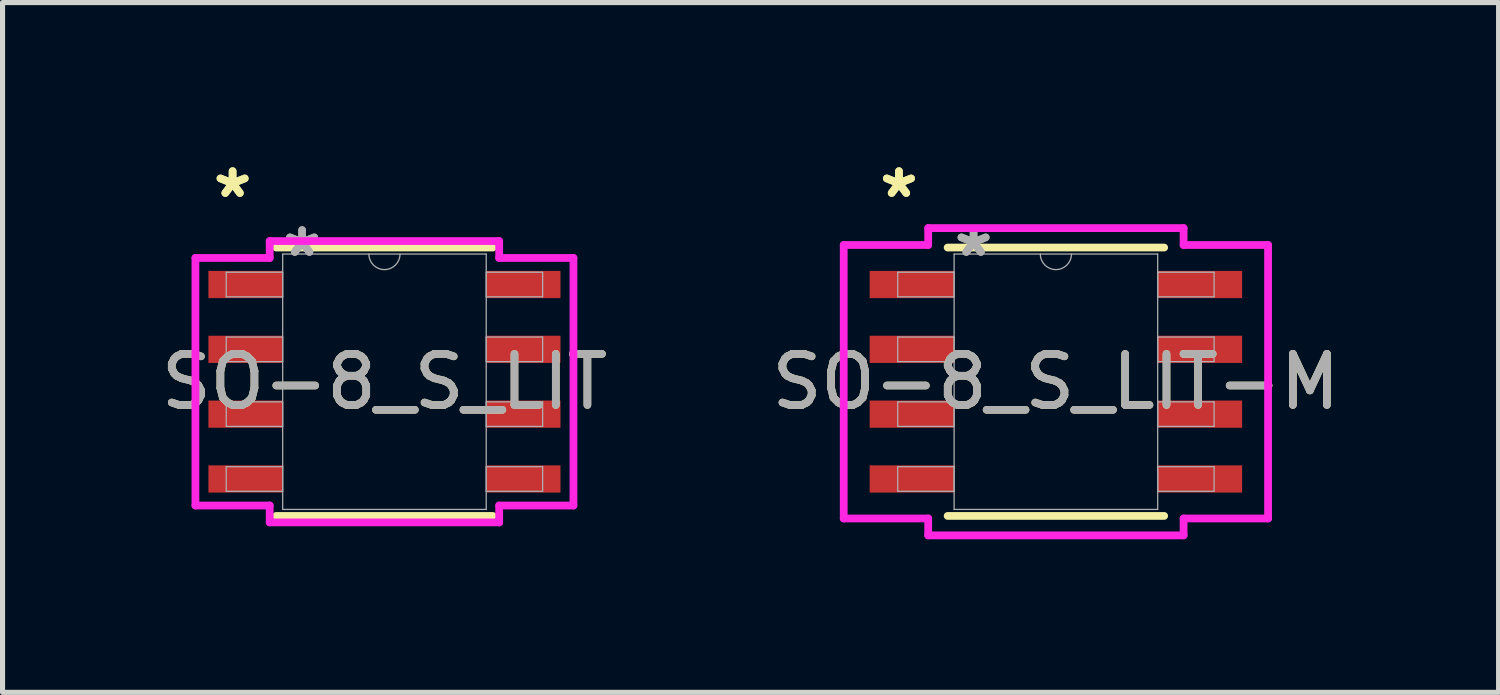
<source format=kicad_pcb>
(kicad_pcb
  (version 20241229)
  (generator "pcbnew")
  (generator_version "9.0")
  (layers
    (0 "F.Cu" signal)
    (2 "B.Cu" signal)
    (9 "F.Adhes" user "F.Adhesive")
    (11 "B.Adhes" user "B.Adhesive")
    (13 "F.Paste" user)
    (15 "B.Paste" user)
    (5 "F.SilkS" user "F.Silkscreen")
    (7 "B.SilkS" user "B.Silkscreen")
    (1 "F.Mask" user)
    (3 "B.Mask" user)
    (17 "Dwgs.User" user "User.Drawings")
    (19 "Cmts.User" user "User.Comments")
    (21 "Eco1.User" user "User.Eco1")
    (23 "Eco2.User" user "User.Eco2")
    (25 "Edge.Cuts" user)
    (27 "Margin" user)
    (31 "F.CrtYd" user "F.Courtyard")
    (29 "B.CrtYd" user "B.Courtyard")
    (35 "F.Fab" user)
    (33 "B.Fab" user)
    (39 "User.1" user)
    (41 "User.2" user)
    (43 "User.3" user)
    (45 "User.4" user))
  (footprint "SO-8_S_LIT-M"
    (layer "F.Cu")
    (at 17.637 4.429)
    (property "Reference" "SO-8_S_LIT-M" (at 0 0 0) (unlocked yes) (layer "F.SilkS") (effects (font (size 1 1) (thickness 0.15))))
    (attr smd)
    (fp_line (start -2.121 2.629) (end 2.121 2.629) (stroke (width 0.152) (type solid)) (layer "F.SilkS"))
    (fp_line (start 2.121 -2.629) (end -2.121 -2.629) (stroke (width 0.152) (type solid)) (layer "F.SilkS"))
    (fp_line (start -4.157 -2.679) (end -2.502 -2.679) (stroke (width 0.152) (type solid)) (layer "F.CrtYd"))
    (fp_line (start -4.157 2.679) (end -4.157 -2.679) (stroke (width 0.152) (type solid)) (layer "F.CrtYd"))
    (fp_line (start -4.157 2.679) (end -2.502 2.679) (stroke (width 0.152) (type solid)) (layer "F.CrtYd"))
    (fp_line (start -2.502 -3.01) (end 2.502 -3.01) (stroke (width 0.152) (type solid)) (layer "F.CrtYd"))
    (fp_line (start -2.502 -2.679) (end -2.502 -3.01) (stroke (width 0.152) (type solid)) (layer "F.CrtYd"))
    (fp_line (start -2.502 3.01) (end -2.502 2.679) (stroke (width 0.152) (type solid)) (layer "F.CrtYd"))
    (fp_line (start 2.502 -3.01) (end 2.502 -2.679) (stroke (width 0.152) (type solid)) (layer "F.CrtYd"))
    (fp_line (start 2.502 2.679) (end 2.502 3.01) (stroke (width 0.152) (type solid)) (layer "F.CrtYd"))
    (fp_line (start 2.502 3.01) (end -2.502 3.01) (stroke (width 0.152) (type solid)) (layer "F.CrtYd"))
    (fp_line (start 4.157 -2.679) (end 2.502 -2.679) (stroke (width 0.152) (type solid)) (layer "F.CrtYd"))
    (fp_line (start 4.157 -2.679) (end 4.157 2.679) (stroke (width 0.152) (type solid)) (layer "F.CrtYd"))
    (fp_line (start 4.157 2.679) (end 2.502 2.679) (stroke (width 0.152) (type solid)) (layer "F.CrtYd"))
    (fp_line (start -3.099 -2.146) (end -3.099 -1.664) (stroke (width 0.025) (type solid)) (layer "F.Fab"))
    (fp_line (start -3.099 -1.664) (end -1.994 -1.664) (stroke (width 0.025) (type solid)) (layer "F.Fab"))
    (fp_line (start -3.099 -0.876) (end -3.099 -0.394) (stroke (width 0.025) (type solid)) (layer "F.Fab"))
    (fp_line (start -3.099 -0.394) (end -1.994 -0.394) (stroke (width 0.025) (type solid)) (layer "F.Fab"))
    (fp_line (start -3.099 0.394) (end -3.099 0.876) (stroke (width 0.025) (type solid)) (layer "F.Fab"))
    (fp_line (start -3.099 0.876) (end -1.994 0.876) (stroke (width 0.025) (type solid)) (layer "F.Fab"))
    (fp_line (start -3.099 1.664) (end -3.099 2.146) (stroke (width 0.025) (type solid)) (layer "F.Fab"))
    (fp_line (start -3.099 2.146) (end -1.994 2.146) (stroke (width 0.025) (type solid)) (layer "F.Fab"))
    (fp_line (start -1.994 -2.502) (end -1.994 2.502) (stroke (width 0.025) (type solid)) (layer "F.Fab"))
    (fp_line (start -1.994 -2.146) (end -3.099 -2.146) (stroke (width 0.025) (type solid)) (layer "F.Fab"))
    (fp_line (start -1.994 -1.664) (end -1.994 -2.146) (stroke (width 0.025) (type solid)) (layer "F.Fab"))
    (fp_line (start -1.994 -0.876) (end -3.099 -0.876) (stroke (width 0.025) (type solid)) (layer "F.Fab"))
    (fp_line (start -1.994 -0.394) (end -1.994 -0.876) (stroke (width 0.025) (type solid)) (layer "F.Fab"))
    (fp_line (start -1.994 0.394) (end -3.099 0.394) (stroke (width 0.025) (type solid)) (layer "F.Fab"))
    (fp_line (start -1.994 0.876) (end -1.994 0.394) (stroke (width 0.025) (type solid)) (layer "F.Fab"))
    (fp_line (start -1.994 1.664) (end -3.099 1.664) (stroke (width 0.025) (type solid)) (layer "F.Fab"))
    (fp_line (start -1.994 2.146) (end -1.994 1.664) (stroke (width 0.025) (type solid)) (layer "F.Fab"))
    (fp_line (start -1.994 2.502) (end 1.994 2.502) (stroke (width 0.025) (type solid)) (layer "F.Fab"))
    (fp_line (start 1.994 -2.502) (end -1.994 -2.502) (stroke (width 0.025) (type solid)) (layer "F.Fab"))
    (fp_line (start 1.994 -2.146) (end 1.994 -1.664) (stroke (width 0.025) (type solid)) (layer "F.Fab"))
    (fp_line (start 1.994 -1.664) (end 3.099 -1.664) (stroke (width 0.025) (type solid)) (layer "F.Fab"))
    (fp_line (start 1.994 -0.876) (end 1.994 -0.394) (stroke (width 0.025) (type solid)) (layer "F.Fab"))
    (fp_line (start 1.994 -0.394) (end 3.099 -0.394) (stroke (width 0.025) (type solid)) (layer "F.Fab"))
    (fp_line (start 1.994 0.394) (end 1.994 0.876) (stroke (width 0.025) (type solid)) (layer "F.Fab"))
    (fp_line (start 1.994 0.876) (end 3.099 0.876) (stroke (width 0.025) (type solid)) (layer "F.Fab"))
    (fp_line (start 1.994 1.664) (end 1.994 2.146) (stroke (width 0.025) (type solid)) (layer "F.Fab"))
    (fp_line (start 1.994 2.146) (end 3.099 2.146) (stroke (width 0.025) (type solid)) (layer "F.Fab"))
    (fp_line (start 1.994 2.502) (end 1.994 -2.502) (stroke (width 0.025) (type solid)) (layer "F.Fab"))
    (fp_line (start 3.099 -2.146) (end 1.994 -2.146) (stroke (width 0.025) (type solid)) (layer "F.Fab"))
    (fp_line (start 3.099 -1.664) (end 3.099 -2.146) (stroke (width 0.025) (type solid)) (layer "F.Fab"))
    (fp_line (start 3.099 -0.876) (end 1.994 -0.876) (stroke (width 0.025) (type solid)) (layer "F.Fab"))
    (fp_line (start 3.099 -0.394) (end 3.099 -0.876) (stroke (width 0.025) (type solid)) (layer "F.Fab"))
    (fp_line (start 3.099 0.394) (end 1.994 0.394) (stroke (width 0.025) (type solid)) (layer "F.Fab"))
    (fp_line (start 3.099 0.876) (end 3.099 0.394) (stroke (width 0.025) (type solid)) (layer "F.Fab"))
    (fp_line (start 3.099 1.664) (end 1.994 1.664) (stroke (width 0.025) (type solid)) (layer "F.Fab"))
    (fp_line (start 3.099 2.146) (end 3.099 1.664) (stroke (width 0.025) (type solid)) (layer "F.Fab"))
    (fp_arc (start 0.3048 -2.5019) (mid 0 -2.1971) (end -0.3048 -2.5019) (stroke (width 0.0254) (type solid)) (layer "F.Fab"))
    (fp_text user "*" (at -3.075 -3.581 0) (layer "F.SilkS") (effects (font (size 1 1) (thickness 0.15))))
    (fp_text user "*" (at -3.075 -3.581 0) (unlocked yes) (layer "F.SilkS") (effects (font (size 1 1) (thickness 0.15))))
    (fp_text user "${REFERENCE}" (at 0 0 0) (unlocked yes) (layer "F.Fab") (effects (font (size 1 1) (thickness 0.15))))
    (fp_text user "*" (at -1.613 -2.426 0) (layer "F.Fab") (effects (font (size 1 1) (thickness 0.15))))
    (fp_text user "*" (at -1.613 -2.426 0) (unlocked yes) (layer "F.Fab") (effects (font (size 1 1) (thickness 0.15))))
    (pad "1" smd rect (at -2.821 -1.905) (size 1.655 0.533) (layers "F.Cu" "F.Mask" "F.Paste"))
    (pad "2" smd rect (at -2.821 -0.635) (size 1.655 0.533) (layers "F.Cu" "F.Mask" "F.Paste"))
    (pad "3" smd rect (at -2.821 0.635) (size 1.655 0.533) (layers "F.Cu" "F.Mask" "F.Paste"))
    (pad "4" smd rect (at -2.821 1.905) (size 1.655 0.533) (layers "F.Cu" "F.Mask" "F.Paste"))
    (pad "5" smd rect (at 2.821 1.905) (size 1.655 0.533) (layers "F.Cu" "F.Mask" "F.Paste"))
    (pad "6" smd rect (at 2.821 0.635) (size 1.655 0.533) (layers "F.Cu" "F.Mask" "F.Paste"))
    (pad "7" smd rect (at 2.821 -0.635) (size 1.655 0.533) (layers "F.Cu" "F.Mask" "F.Paste"))
    (pad "8" smd rect (at 2.821 -1.905) (size 1.655 0.533) (layers "F.Cu" "F.Mask" "F.Paste")))
  (footprint "SO-8_S_LIT"
    (layer "F.Cu")
    (at 4.482 4.429)
    (property "Reference" "SO-8_S_LIT" (at 0 0 0) (unlocked yes) (layer "F.SilkS") (effects (font (size 1 1) (thickness 0.15))))
    (attr smd)
    (fp_line (start -2.121 2.629) (end 2.121 2.629) (stroke (width 0.152) (type solid)) (layer "F.SilkS"))
    (fp_line (start 2.121 -2.629) (end -2.121 -2.629) (stroke (width 0.152) (type solid)) (layer "F.SilkS"))
    (fp_line (start -3.703 -2.425) (end -2.248 -2.425) (stroke (width 0.152) (type solid)) (layer "F.CrtYd"))
    (fp_line (start -3.703 2.425) (end -3.703 -2.425) (stroke (width 0.152) (type solid)) (layer "F.CrtYd"))
    (fp_line (start -3.703 2.425) (end -2.248 2.425) (stroke (width 0.152) (type solid)) (layer "F.CrtYd"))
    (fp_line (start -2.248 -2.756) (end 2.248 -2.756) (stroke (width 0.152) (type solid)) (layer "F.CrtYd"))
    (fp_line (start -2.248 -2.425) (end -2.248 -2.756) (stroke (width 0.152) (type solid)) (layer "F.CrtYd"))
    (fp_line (start -2.248 2.756) (end -2.248 2.425) (stroke (width 0.152) (type solid)) (layer "F.CrtYd"))
    (fp_line (start 2.248 -2.756) (end 2.248 -2.425) (stroke (width 0.152) (type solid)) (layer "F.CrtYd"))
    (fp_line (start 2.248 2.425) (end 2.248 2.756) (stroke (width 0.152) (type solid)) (layer "F.CrtYd"))
    (fp_line (start 2.248 2.756) (end -2.248 2.756) (stroke (width 0.152) (type solid)) (layer "F.CrtYd"))
    (fp_line (start 3.703 -2.425) (end 2.248 -2.425) (stroke (width 0.152) (type solid)) (layer "F.CrtYd"))
    (fp_line (start 3.703 -2.425) (end 3.703 2.425) (stroke (width 0.152) (type solid)) (layer "F.CrtYd"))
    (fp_line (start 3.703 2.425) (end 2.248 2.425) (stroke (width 0.152) (type solid)) (layer "F.CrtYd"))
    (fp_line (start -3.099 -2.146) (end -3.099 -1.664) (stroke (width 0.025) (type solid)) (layer "F.Fab"))
    (fp_line (start -3.099 -1.664) (end -1.994 -1.664) (stroke (width 0.025) (type solid)) (layer "F.Fab"))
    (fp_line (start -3.099 -0.876) (end -3.099 -0.394) (stroke (width 0.025) (type solid)) (layer "F.Fab"))
    (fp_line (start -3.099 -0.394) (end -1.994 -0.394) (stroke (width 0.025) (type solid)) (layer "F.Fab"))
    (fp_line (start -3.099 0.394) (end -3.099 0.876) (stroke (width 0.025) (type solid)) (layer "F.Fab"))
    (fp_line (start -3.099 0.876) (end -1.994 0.876) (stroke (width 0.025) (type solid)) (layer "F.Fab"))
    (fp_line (start -3.099 1.664) (end -3.099 2.146) (stroke (width 0.025) (type solid)) (layer "F.Fab"))
    (fp_line (start -3.099 2.146) (end -1.994 2.146) (stroke (width 0.025) (type solid)) (layer "F.Fab"))
    (fp_line (start -1.994 -2.502) (end -1.994 2.502) (stroke (width 0.025) (type solid)) (layer "F.Fab"))
    (fp_line (start -1.994 -2.146) (end -3.099 -2.146) (stroke (width 0.025) (type solid)) (layer "F.Fab"))
    (fp_line (start -1.994 -1.664) (end -1.994 -2.146) (stroke (width 0.025) (type solid)) (layer "F.Fab"))
    (fp_line (start -1.994 -0.876) (end -3.099 -0.876) (stroke (width 0.025) (type solid)) (layer "F.Fab"))
    (fp_line (start -1.994 -0.394) (end -1.994 -0.876) (stroke (width 0.025) (type solid)) (layer "F.Fab"))
    (fp_line (start -1.994 0.394) (end -3.099 0.394) (stroke (width 0.025) (type solid)) (layer "F.Fab"))
    (fp_line (start -1.994 0.876) (end -1.994 0.394) (stroke (width 0.025) (type solid)) (layer "F.Fab"))
    (fp_line (start -1.994 1.664) (end -3.099 1.664) (stroke (width 0.025) (type solid)) (layer "F.Fab"))
    (fp_line (start -1.994 2.146) (end -1.994 1.664) (stroke (width 0.025) (type solid)) (layer "F.Fab"))
    (fp_line (start -1.994 2.502) (end 1.994 2.502) (stroke (width 0.025) (type solid)) (layer "F.Fab"))
    (fp_line (start 1.994 -2.502) (end -1.994 -2.502) (stroke (width 0.025) (type solid)) (layer "F.Fab"))
    (fp_line (start 1.994 -2.146) (end 1.994 -1.664) (stroke (width 0.025) (type solid)) (layer "F.Fab"))
    (fp_line (start 1.994 -1.664) (end 3.099 -1.664) (stroke (width 0.025) (type solid)) (layer "F.Fab"))
    (fp_line (start 1.994 -0.876) (end 1.994 -0.394) (stroke (width 0.025) (type solid)) (layer "F.Fab"))
    (fp_line (start 1.994 -0.394) (end 3.099 -0.394) (stroke (width 0.025) (type solid)) (layer "F.Fab"))
    (fp_line (start 1.994 0.394) (end 1.994 0.876) (stroke (width 0.025) (type solid)) (layer "F.Fab"))
    (fp_line (start 1.994 0.876) (end 3.099 0.876) (stroke (width 0.025) (type solid)) (layer "F.Fab"))
    (fp_line (start 1.994 1.664) (end 1.994 2.146) (stroke (width 0.025) (type solid)) (layer "F.Fab"))
    (fp_line (start 1.994 2.146) (end 3.099 2.146) (stroke (width 0.025) (type solid)) (layer "F.Fab"))
    (fp_line (start 1.994 2.502) (end 1.994 -2.502) (stroke (width 0.025) (type solid)) (layer "F.Fab"))
    (fp_line (start 3.099 -2.146) (end 1.994 -2.146) (stroke (width 0.025) (type solid)) (layer "F.Fab"))
    (fp_line (start 3.099 -1.664) (end 3.099 -2.146) (stroke (width 0.025) (type solid)) (layer "F.Fab"))
    (fp_line (start 3.099 -0.876) (end 1.994 -0.876) (stroke (width 0.025) (type solid)) (layer "F.Fab"))
    (fp_line (start 3.099 -0.394) (end 3.099 -0.876) (stroke (width 0.025) (type solid)) (layer "F.Fab"))
    (fp_line (start 3.099 0.394) (end 1.994 0.394) (stroke (width 0.025) (type solid)) (layer "F.Fab"))
    (fp_line (start 3.099 0.876) (end 3.099 0.394) (stroke (width 0.025) (type solid)) (layer "F.Fab"))
    (fp_line (start 3.099 1.664) (end 1.994 1.664) (stroke (width 0.025) (type solid)) (layer "F.Fab"))
    (fp_line (start 3.099 2.146) (end 3.099 1.664) (stroke (width 0.025) (type solid)) (layer "F.Fab"))
    (fp_arc (start 0.3048 -2.5019) (mid 0 -2.1971) (end -0.3048 -2.5019) (stroke (width 0.0254) (type solid)) (layer "F.Fab"))
    (fp_text user "*" (at -2.975 -3.581 0) (unlocked yes) (layer "F.SilkS") (effects (font (size 1 1) (thickness 0.15))))
    (fp_text user "*" (at -2.975 -3.581 0) (layer "F.SilkS") (effects (font (size 1 1) (thickness 0.15))))
    (fp_text user "*" (at -1.613 -2.426 0) (unlocked yes) (layer "F.Fab") (effects (font (size 1 1) (thickness 0.15))))
    (fp_text user "*" (at -1.613 -2.426 0) (layer "F.Fab") (effects (font (size 1 1) (thickness 0.15))))
    (fp_text user "${REFERENCE}" (at 0 0 0) (unlocked yes) (layer "F.Fab") (effects (font (size 1 1) (thickness 0.15))))
    (pad "1" smd rect (at -2.721 -1.905) (size 1.455 0.533) (layers "F.Cu" "F.Mask" "F.Paste"))
    (pad "2" smd rect (at -2.721 -0.635) (size 1.455 0.533) (layers "F.Cu" "F.Mask" "F.Paste"))
    (pad "3" smd rect (at -2.721 0.635) (size 1.455 0.533) (layers "F.Cu" "F.Mask" "F.Paste"))
    (pad "4" smd rect (at -2.721 1.905) (size 1.455 0.533) (layers "F.Cu" "F.Mask" "F.Paste"))
    (pad "5" smd rect (at 2.721 1.905) (size 1.455 0.533) (layers "F.Cu" "F.Mask" "F.Paste"))
    (pad "6" smd rect (at 2.721 0.635) (size 1.455 0.533) (layers "F.Cu" "F.Mask" "F.Paste"))
    (pad "7" smd rect (at 2.721 -0.635) (size 1.455 0.533) (layers "F.Cu" "F.Mask" "F.Paste"))
    (pad "8" smd rect (at 2.721 -1.905) (size 1.455 0.533) (layers "F.Cu" "F.Mask" "F.Paste")))
  (gr_rect
    (start -3 -3)
    (end 26.31 10.515)
    (stroke (width 0.1) (type default))
    (fill no)
    (layer "Edge.Cuts")))
</source>
